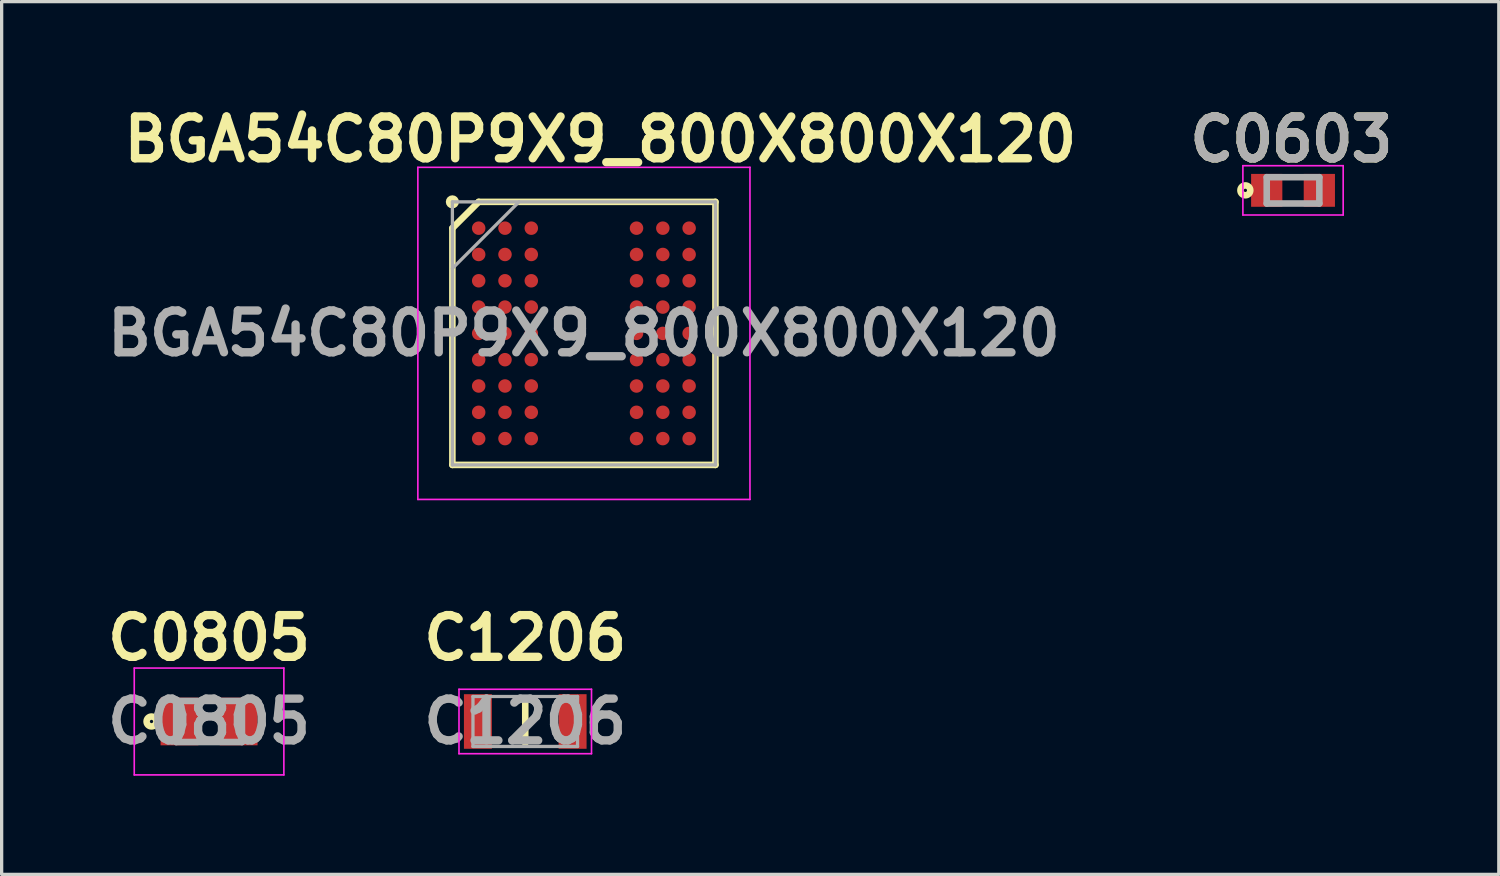
<source format=kicad_pcb>
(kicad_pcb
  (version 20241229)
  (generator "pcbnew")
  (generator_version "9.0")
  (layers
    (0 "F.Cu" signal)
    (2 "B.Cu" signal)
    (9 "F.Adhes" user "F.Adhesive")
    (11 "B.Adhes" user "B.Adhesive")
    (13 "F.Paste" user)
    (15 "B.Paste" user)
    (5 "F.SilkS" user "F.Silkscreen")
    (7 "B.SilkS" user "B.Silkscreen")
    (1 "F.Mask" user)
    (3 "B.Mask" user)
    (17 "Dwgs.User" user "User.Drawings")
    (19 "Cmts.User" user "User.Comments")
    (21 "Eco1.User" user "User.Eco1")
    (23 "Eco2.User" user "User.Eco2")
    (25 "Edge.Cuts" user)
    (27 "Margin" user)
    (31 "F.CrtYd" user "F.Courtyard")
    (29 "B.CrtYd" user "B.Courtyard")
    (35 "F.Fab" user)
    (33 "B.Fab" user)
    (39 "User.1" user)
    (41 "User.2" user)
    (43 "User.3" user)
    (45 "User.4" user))
  (footprint "C0603"
    (layer "F.Cu")
    (at 36.274 2.739)
    (property "Reference" "C0603" (at -0.05 -1.55 0) (layer "F.SilkS") (effects (font (size 1.27 1.27) (thickness 0.254))))
    (attr smd)
    (fp_circle (center -1.45 0) (end -1.45 0.05) (stroke (width 0.2) (type solid)) (fill no) (layer "F.SilkS"))
    (fp_line (start -1.525 -0.75) (end 1.525 -0.75) (stroke (width 0.05) (type solid)) (layer "F.CrtYd"))
    (fp_line (start -1.525 0.75) (end -1.525 -0.75) (stroke (width 0.05) (type solid)) (layer "F.CrtYd"))
    (fp_line (start 1.525 -0.75) (end 1.525 0.75) (stroke (width 0.05) (type solid)) (layer "F.CrtYd"))
    (fp_line (start 1.525 0.75) (end -1.525 0.75) (stroke (width 0.05) (type solid)) (layer "F.CrtYd"))
    (fp_line (start -0.8 -0.4) (end 0.8 -0.4) (stroke (width 0.2) (type solid)) (layer "F.Fab"))
    (fp_line (start -0.8 0.4) (end -0.8 -0.4) (stroke (width 0.2) (type solid)) (layer "F.Fab"))
    (fp_line (start 0.8 -0.4) (end 0.8 0.4) (stroke (width 0.2) (type solid)) (layer "F.Fab"))
    (fp_line (start 0.8 0.4) (end -0.8 0.4) (stroke (width 0.2) (type solid)) (layer "F.Fab"))
    (fp_text user "${REFERENCE}" (at -0.05 -1.55 0) (layer "F.Fab") (effects (font (size 1.27 1.27) (thickness 0.254))))
    (pad "1" smd rect (at -0.8 0) (size 0.95 1) (layers "F.Cu" "F.Mask" "F.Paste"))
    (pad "2" smd rect (at 0.8 0) (size 0.95 1) (layers "F.Cu" "F.Mask" "F.Paste")))
  (footprint "BGA54C80P9X9_800X800X120"
    (layer "F.Cu")
    (at 14.708 7.089)
    (property "Reference" "BGA54C80P9X9_800X800X120" (at 0.5 -5.9 0) (layer "F.SilkS") (effects (font (size 1.27 1.27) (thickness 0.254))))
    (attr smd)
    (fp_line (start -4 -3.2) (end -3.2 -4) (stroke (width 0.2) (type solid)) (layer "F.SilkS"))
    (fp_line (start -4 4) (end -4 -3.2) (stroke (width 0.2) (type solid)) (layer "F.SilkS"))
    (fp_line (start -3.2 -4) (end 4 -4) (stroke (width 0.2) (type solid)) (layer "F.SilkS"))
    (fp_line (start 4 -4) (end 4 4) (stroke (width 0.2) (type solid)) (layer "F.SilkS"))
    (fp_line (start 4 4) (end -4 4) (stroke (width 0.2) (type solid)) (layer "F.SilkS"))
    (fp_circle (center -4 -4) (end -4 -3.9) (stroke (width 0.2) (type solid)) (fill no) (layer "F.SilkS"))
    (fp_line (start -5.05 -5.05) (end 5.05 -5.05) (stroke (width 0.05) (type solid)) (layer "F.CrtYd"))
    (fp_line (start -5.05 5.05) (end -5.05 -5.05) (stroke (width 0.05) (type solid)) (layer "F.CrtYd"))
    (fp_line (start 5.05 -5.05) (end 5.05 5.05) (stroke (width 0.05) (type solid)) (layer "F.CrtYd"))
    (fp_line (start 5.05 5.05) (end -5.05 5.05) (stroke (width 0.05) (type solid)) (layer "F.CrtYd"))
    (fp_line (start -4 -4) (end 4 -4) (stroke (width 0.1) (type solid)) (layer "F.Fab"))
    (fp_line (start -4 -1.975) (end -1.975 -4) (stroke (width 0.1) (type solid)) (layer "F.Fab"))
    (fp_line (start -4 4) (end -4 -4) (stroke (width 0.1) (type solid)) (layer "F.Fab"))
    (fp_line (start 4 -4) (end 4 4) (stroke (width 0.1) (type solid)) (layer "F.Fab"))
    (fp_line (start 4 4) (end -4 4) (stroke (width 0.1) (type solid)) (layer "F.Fab"))
    (fp_text user "${REFERENCE}" (at 0 0 0) (layer "F.Fab") (effects (font (size 1.27 1.27) (thickness 0.254))))
    (pad "A1" smd circle (at -3.2 -3.2 90) (size 0.41 0.41) (layers "F.Cu" "F.Mask" "F.Paste"))
    (pad "A2" smd circle (at -2.4 -3.2 90) (size 0.41 0.41) (layers "F.Cu" "F.Mask" "F.Paste"))
    (pad "A3" smd circle (at -1.6 -3.2 90) (size 0.41 0.41) (layers "F.Cu" "F.Mask" "F.Paste"))
    (pad "A7" smd circle (at 1.6 -3.2 90) (size 0.41 0.41) (layers "F.Cu" "F.Mask" "F.Paste"))
    (pad "A8" smd circle (at 2.4 -3.2 90) (size 0.41 0.41) (layers "F.Cu" "F.Mask" "F.Paste"))
    (pad "A9" smd circle (at 3.2 -3.2 90) (size 0.41 0.41) (layers "F.Cu" "F.Mask" "F.Paste"))
    (pad "B1" smd circle (at -3.2 -2.4 90) (size 0.41 0.41) (layers "F.Cu" "F.Mask" "F.Paste"))
    (pad "B2" smd circle (at -2.4 -2.4 90) (size 0.41 0.41) (layers "F.Cu" "F.Mask" "F.Paste"))
    (pad "B3" smd circle (at -1.6 -2.4 90) (size 0.41 0.41) (layers "F.Cu" "F.Mask" "F.Paste"))
    (pad "B7" smd circle (at 1.6 -2.4 90) (size 0.41 0.41) (layers "F.Cu" "F.Mask" "F.Paste"))
    (pad "B8" smd circle (at 2.4 -2.4 90) (size 0.41 0.41) (layers "F.Cu" "F.Mask" "F.Paste"))
    (pad "B9" smd circle (at 3.2 -2.4 90) (size 0.41 0.41) (layers "F.Cu" "F.Mask" "F.Paste"))
    (pad "C1" smd circle (at -3.2 -1.6 90) (size 0.41 0.41) (layers "F.Cu" "F.Mask" "F.Paste"))
    (pad "C2" smd circle (at -2.4 -1.6 90) (size 0.41 0.41) (layers "F.Cu" "F.Mask" "F.Paste"))
    (pad "C3" smd circle (at -1.6 -1.6 90) (size 0.41 0.41) (layers "F.Cu" "F.Mask" "F.Paste"))
    (pad "C7" smd circle (at 1.6 -1.6 90) (size 0.41 0.41) (layers "F.Cu" "F.Mask" "F.Paste"))
    (pad "C8" smd circle (at 2.4 -1.6 90) (size 0.41 0.41) (layers "F.Cu" "F.Mask" "F.Paste"))
    (pad "C9" smd circle (at 3.2 -1.6 90) (size 0.41 0.41) (layers "F.Cu" "F.Mask" "F.Paste"))
    (pad "D1" smd circle (at -3.2 -0.8 90) (size 0.41 0.41) (layers "F.Cu" "F.Mask" "F.Paste"))
    (pad "D2" smd circle (at -2.4 -0.8 90) (size 0.41 0.41) (layers "F.Cu" "F.Mask" "F.Paste"))
    (pad "D3" smd circle (at -1.6 -0.8 90) (size 0.41 0.41) (layers "F.Cu" "F.Mask" "F.Paste"))
    (pad "D7" smd circle (at 1.6 -0.8 90) (size 0.41 0.41) (layers "F.Cu" "F.Mask" "F.Paste"))
    (pad "D8" smd circle (at 2.4 -0.8 90) (size 0.41 0.41) (layers "F.Cu" "F.Mask" "F.Paste"))
    (pad "D9" smd circle (at 3.2 -0.8 90) (size 0.41 0.41) (layers "F.Cu" "F.Mask" "F.Paste"))
    (pad "E1" smd circle (at -3.2 0 90) (size 0.41 0.41) (layers "F.Cu" "F.Mask" "F.Paste"))
    (pad "E2" smd circle (at -2.4 0 90) (size 0.41 0.41) (layers "F.Cu" "F.Mask" "F.Paste"))
    (pad "E3" smd circle (at -1.6 0 90) (size 0.41 0.41) (layers "F.Cu" "F.Mask" "F.Paste"))
    (pad "E7" smd circle (at 1.6 0 90) (size 0.41 0.41) (layers "F.Cu" "F.Mask" "F.Paste"))
    (pad "E8" smd circle (at 2.4 0 90) (size 0.41 0.41) (layers "F.Cu" "F.Mask" "F.Paste"))
    (pad "E9" smd circle (at 3.2 0 90) (size 0.41 0.41) (layers "F.Cu" "F.Mask" "F.Paste"))
    (pad "F1" smd circle (at -3.2 0.8 90) (size 0.41 0.41) (layers "F.Cu" "F.Mask" "F.Paste"))
    (pad "F2" smd circle (at -2.4 0.8 90) (size 0.41 0.41) (layers "F.Cu" "F.Mask" "F.Paste"))
    (pad "F3" smd circle (at -1.6 0.8 90) (size 0.41 0.41) (layers "F.Cu" "F.Mask" "F.Paste"))
    (pad "F7" smd circle (at 1.6 0.8 90) (size 0.41 0.41) (layers "F.Cu" "F.Mask" "F.Paste"))
    (pad "F8" smd circle (at 2.4 0.8 90) (size 0.41 0.41) (layers "F.Cu" "F.Mask" "F.Paste"))
    (pad "F9" smd circle (at 3.2 0.8 90) (size 0.41 0.41) (layers "F.Cu" "F.Mask" "F.Paste"))
    (pad "G1" smd circle (at -3.2 1.6 90) (size 0.41 0.41) (layers "F.Cu" "F.Mask" "F.Paste"))
    (pad "G2" smd circle (at -2.4 1.6 90) (size 0.41 0.41) (layers "F.Cu" "F.Mask" "F.Paste"))
    (pad "G3" smd circle (at -1.6 1.6 90) (size 0.41 0.41) (layers "F.Cu" "F.Mask" "F.Paste"))
    (pad "G7" smd circle (at 1.6 1.6 90) (size 0.41 0.41) (layers "F.Cu" "F.Mask" "F.Paste"))
    (pad "G8" smd circle (at 2.4 1.6 90) (size 0.41 0.41) (layers "F.Cu" "F.Mask" "F.Paste"))
    (pad "G9" smd circle (at 3.2 1.6 90) (size 0.41 0.41) (layers "F.Cu" "F.Mask" "F.Paste"))
    (pad "H1" smd circle (at -3.2 2.4 90) (size 0.41 0.41) (layers "F.Cu" "F.Mask" "F.Paste"))
    (pad "H2" smd circle (at -2.4 2.4 90) (size 0.41 0.41) (layers "F.Cu" "F.Mask" "F.Paste"))
    (pad "H3" smd circle (at -1.6 2.4 90) (size 0.41 0.41) (layers "F.Cu" "F.Mask" "F.Paste"))
    (pad "H7" smd circle (at 1.6 2.4 90) (size 0.41 0.41) (layers "F.Cu" "F.Mask" "F.Paste"))
    (pad "H8" smd circle (at 2.4 2.4 90) (size 0.41 0.41) (layers "F.Cu" "F.Mask" "F.Paste"))
    (pad "H9" smd circle (at 3.2 2.4 90) (size 0.41 0.41) (layers "F.Cu" "F.Mask" "F.Paste"))
    (pad "J1" smd circle (at -3.2 3.2 90) (size 0.41 0.41) (layers "F.Cu" "F.Mask" "F.Paste"))
    (pad "J2" smd circle (at -2.4 3.2 90) (size 0.41 0.41) (layers "F.Cu" "F.Mask" "F.Paste"))
    (pad "J3" smd circle (at -1.6 3.2 90) (size 0.41 0.41) (layers "F.Cu" "F.Mask" "F.Paste"))
    (pad "J7" smd circle (at 1.6 3.2 90) (size 0.41 0.41) (layers "F.Cu" "F.Mask" "F.Paste"))
    (pad "J8" smd circle (at 2.4 3.2 90) (size 0.41 0.41) (layers "F.Cu" "F.Mask" "F.Paste"))
    (pad "J9" smd circle (at 3.2 3.2 90) (size 0.41 0.41) (layers "F.Cu" "F.Mask" "F.Paste")))
  (footprint "C0805"
    (layer "F.Cu")
    (at 3.308 18.892)
    (property "Reference" "C0805" (at 0 -2.54 0) (layer "F.SilkS") (effects (font (size 1.27 1.27) (thickness 0.254))))
    (attr smd)
    (fp_circle (center -1.75 0) (end -1.75 0.05) (stroke (width 0.2) (type solid)) (fill no) (layer "F.SilkS"))
    (fp_line (start -2.275 -1.625) (end 2.275 -1.625) (stroke (width 0.05) (type solid)) (layer "F.CrtYd"))
    (fp_line (start -2.275 1.625) (end -2.275 -1.625) (stroke (width 0.05) (type solid)) (layer "F.CrtYd"))
    (fp_line (start 2.275 -1.625) (end 2.275 1.625) (stroke (width 0.05) (type solid)) (layer "F.CrtYd"))
    (fp_line (start 2.275 1.625) (end -2.275 1.625) (stroke (width 0.05) (type solid)) (layer "F.CrtYd"))
    (fp_line (start -1 -0.625) (end 1 -0.625) (stroke (width 0.2) (type solid)) (layer "F.Fab"))
    (fp_line (start -1 0.625) (end -1 -0.625) (stroke (width 0.2) (type solid)) (layer "F.Fab"))
    (fp_line (start 1 -0.625) (end 1 0.625) (stroke (width 0.2) (type solid)) (layer "F.Fab"))
    (fp_line (start 1 0.625) (end -1 0.625) (stroke (width 0.2) (type solid)) (layer "F.Fab"))
    (fp_text user "${REFERENCE}" (at 0 0 0) (layer "F.Fab") (effects (font (size 1.27 1.27) (thickness 0.254))))
    (pad "1" smd rect (at -0.9 0) (size 1.15 1.45) (layers "F.Cu" "F.Mask" "F.Paste"))
    (pad "2" smd rect (at 0.9 0) (size 1.15 1.45) (layers "F.Cu" "F.Mask" "F.Paste")))
  (footprint "C1206"
    (layer "F.Cu")
    (at 12.924 18.892)
    (property "Reference" "C1206" (at 0 -2.54 0) (layer "F.SilkS") (effects (font (size 1.27 1.27) (thickness 0.254))))
    (attr smd)
    (fp_line (start 0 -0.66) (end 0 0.66) (stroke (width 0.2) (type solid)) (layer "F.SilkS"))
    (fp_line (start -2.015 -0.98) (end 2.015 -0.98) (stroke (width 0.05) (type solid)) (layer "F.CrtYd"))
    (fp_line (start -2.015 0.98) (end -2.015 -0.98) (stroke (width 0.05) (type solid)) (layer "F.CrtYd"))
    (fp_line (start 2.015 -0.98) (end 2.015 0.98) (stroke (width 0.05) (type solid)) (layer "F.CrtYd"))
    (fp_line (start 2.015 0.98) (end -2.015 0.98) (stroke (width 0.05) (type solid)) (layer "F.CrtYd"))
    (fp_line (start -1.59 -0.76) (end 1.59 -0.76) (stroke (width 0.1) (type solid)) (layer "F.Fab"))
    (fp_line (start -1.59 0.76) (end -1.59 -0.76) (stroke (width 0.1) (type solid)) (layer "F.Fab"))
    (fp_line (start 1.59 -0.76) (end 1.59 0.76) (stroke (width 0.1) (type solid)) (layer "F.Fab"))
    (fp_line (start 1.59 0.76) (end -1.59 0.76) (stroke (width 0.1) (type solid)) (layer "F.Fab"))
    (fp_text user "${REFERENCE}" (at 0 0 0) (layer "F.Fab") (effects (font (size 1.27 1.27) (thickness 0.254))))
    (pad "1" smd rect (at -1.44 0) (size 0.85 1.66) (layers "F.Cu" "F.Mask" "F.Paste"))
    (pad "2" smd rect (at 1.44 0) (size 0.85 1.66) (layers "F.Cu" "F.Mask" "F.Paste")))
  (gr_rect
    (start -3 -3)
    (end 42.532 23.542)
    (stroke (width 0.1) (type default))
    (fill no)
    (layer "Edge.Cuts")))
</source>
